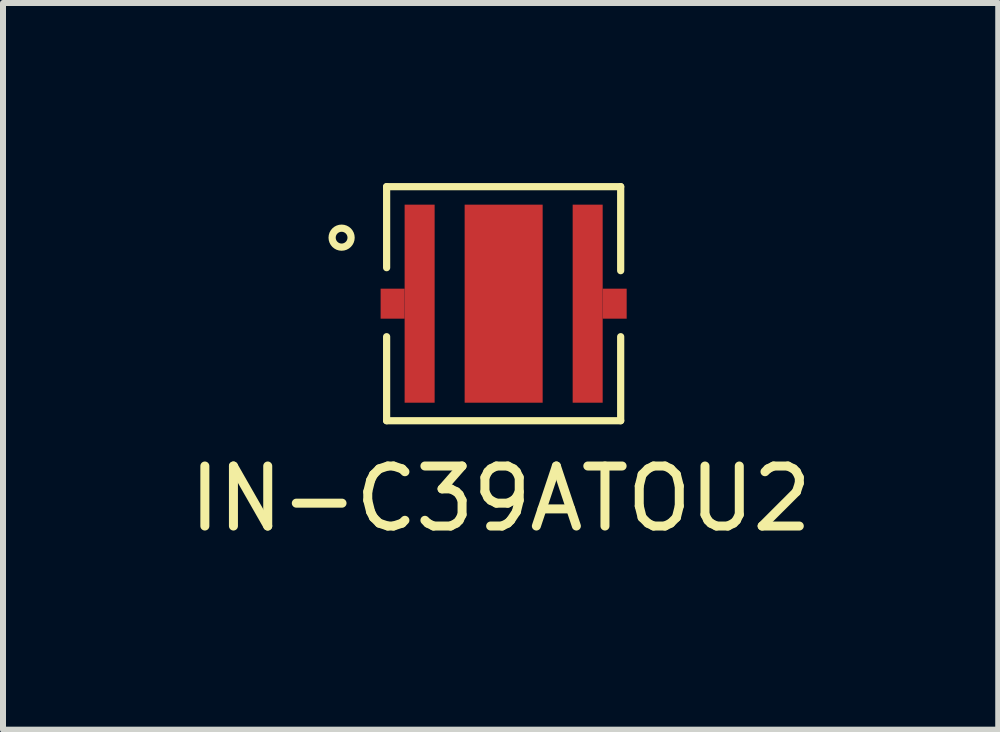
<source format=kicad_pcb>
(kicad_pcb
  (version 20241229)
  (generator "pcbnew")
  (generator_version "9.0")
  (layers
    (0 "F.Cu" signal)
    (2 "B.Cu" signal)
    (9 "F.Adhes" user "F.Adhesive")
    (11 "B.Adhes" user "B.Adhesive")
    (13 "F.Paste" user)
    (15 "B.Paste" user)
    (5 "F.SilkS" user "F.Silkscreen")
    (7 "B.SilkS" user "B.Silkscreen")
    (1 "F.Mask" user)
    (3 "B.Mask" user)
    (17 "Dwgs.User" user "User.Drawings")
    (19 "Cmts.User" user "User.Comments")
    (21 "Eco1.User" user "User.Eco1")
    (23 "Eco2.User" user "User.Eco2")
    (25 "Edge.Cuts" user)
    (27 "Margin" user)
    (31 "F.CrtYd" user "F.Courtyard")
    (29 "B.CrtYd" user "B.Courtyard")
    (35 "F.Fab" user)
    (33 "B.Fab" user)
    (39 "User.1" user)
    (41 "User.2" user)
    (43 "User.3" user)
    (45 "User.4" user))
  (footprint "IN-C39ATOU2"
    (layer "F.Cu")
    (at 5.342 2.01)
    (property "Reference" "IN-C39ATOU2" (at -0.05 3.25 0) (layer "F.SilkS") (effects (font (size 1 1) (thickness 0.15))))
    (attr through_hole)
    (fp_line (start -1.95 -1.95) (end -1.95 -0.6) (stroke (width 0.12) (type solid)) (layer "F.SilkS"))
    (fp_line (start -1.95 -1.95) (end 1.95 -1.95) (stroke (width 0.12) (type solid)) (layer "F.SilkS"))
    (fp_line (start -1.95 1.95) (end -1.95 0.55) (stroke (width 0.12) (type solid)) (layer "F.SilkS"))
    (fp_line (start -1.95 1.95) (end 1.95 1.95) (stroke (width 0.12) (type solid)) (layer "F.SilkS"))
    (fp_line (start 1.95 -1.95) (end 1.95 -0.55) (stroke (width 0.12) (type solid)) (layer "F.SilkS"))
    (fp_line (start 1.95 1.95) (end 1.95 0.55) (stroke (width 0.12) (type solid)) (layer "F.SilkS"))
    (fp_circle (center -2.7 -1.1) (end -2.55 -1.05) (stroke (width 0.12) (type solid)) (fill no) (layer "F.SilkS"))
    (pad "" smd rect (at 0 0) (size 1.3 3.3) (layers "F.Cu" "F.Mask" "F.Paste"))
    (pad "1" smd rect (at -1.85 0) (size 0.4 0.5) (layers "F.Cu" "F.Mask" "F.Paste"))
    (pad "1" smd rect (at -1.4 0) (size 0.5 3.3) (layers "F.Cu" "F.Mask" "F.Paste"))
    (pad "2" smd rect (at 1.4 0) (size 0.5 3.3) (layers "F.Cu" "F.Mask" "F.Paste"))
    (pad "2" smd rect (at 1.85 0) (size 0.4 0.5) (layers "F.Cu" "F.Mask" "F.Paste")))
  (gr_rect
    (start -3 -3)
    (end 13.583 9.108)
    (stroke (width 0.1) (type default))
    (fill no)
    (layer "Edge.Cuts")))
</source>
